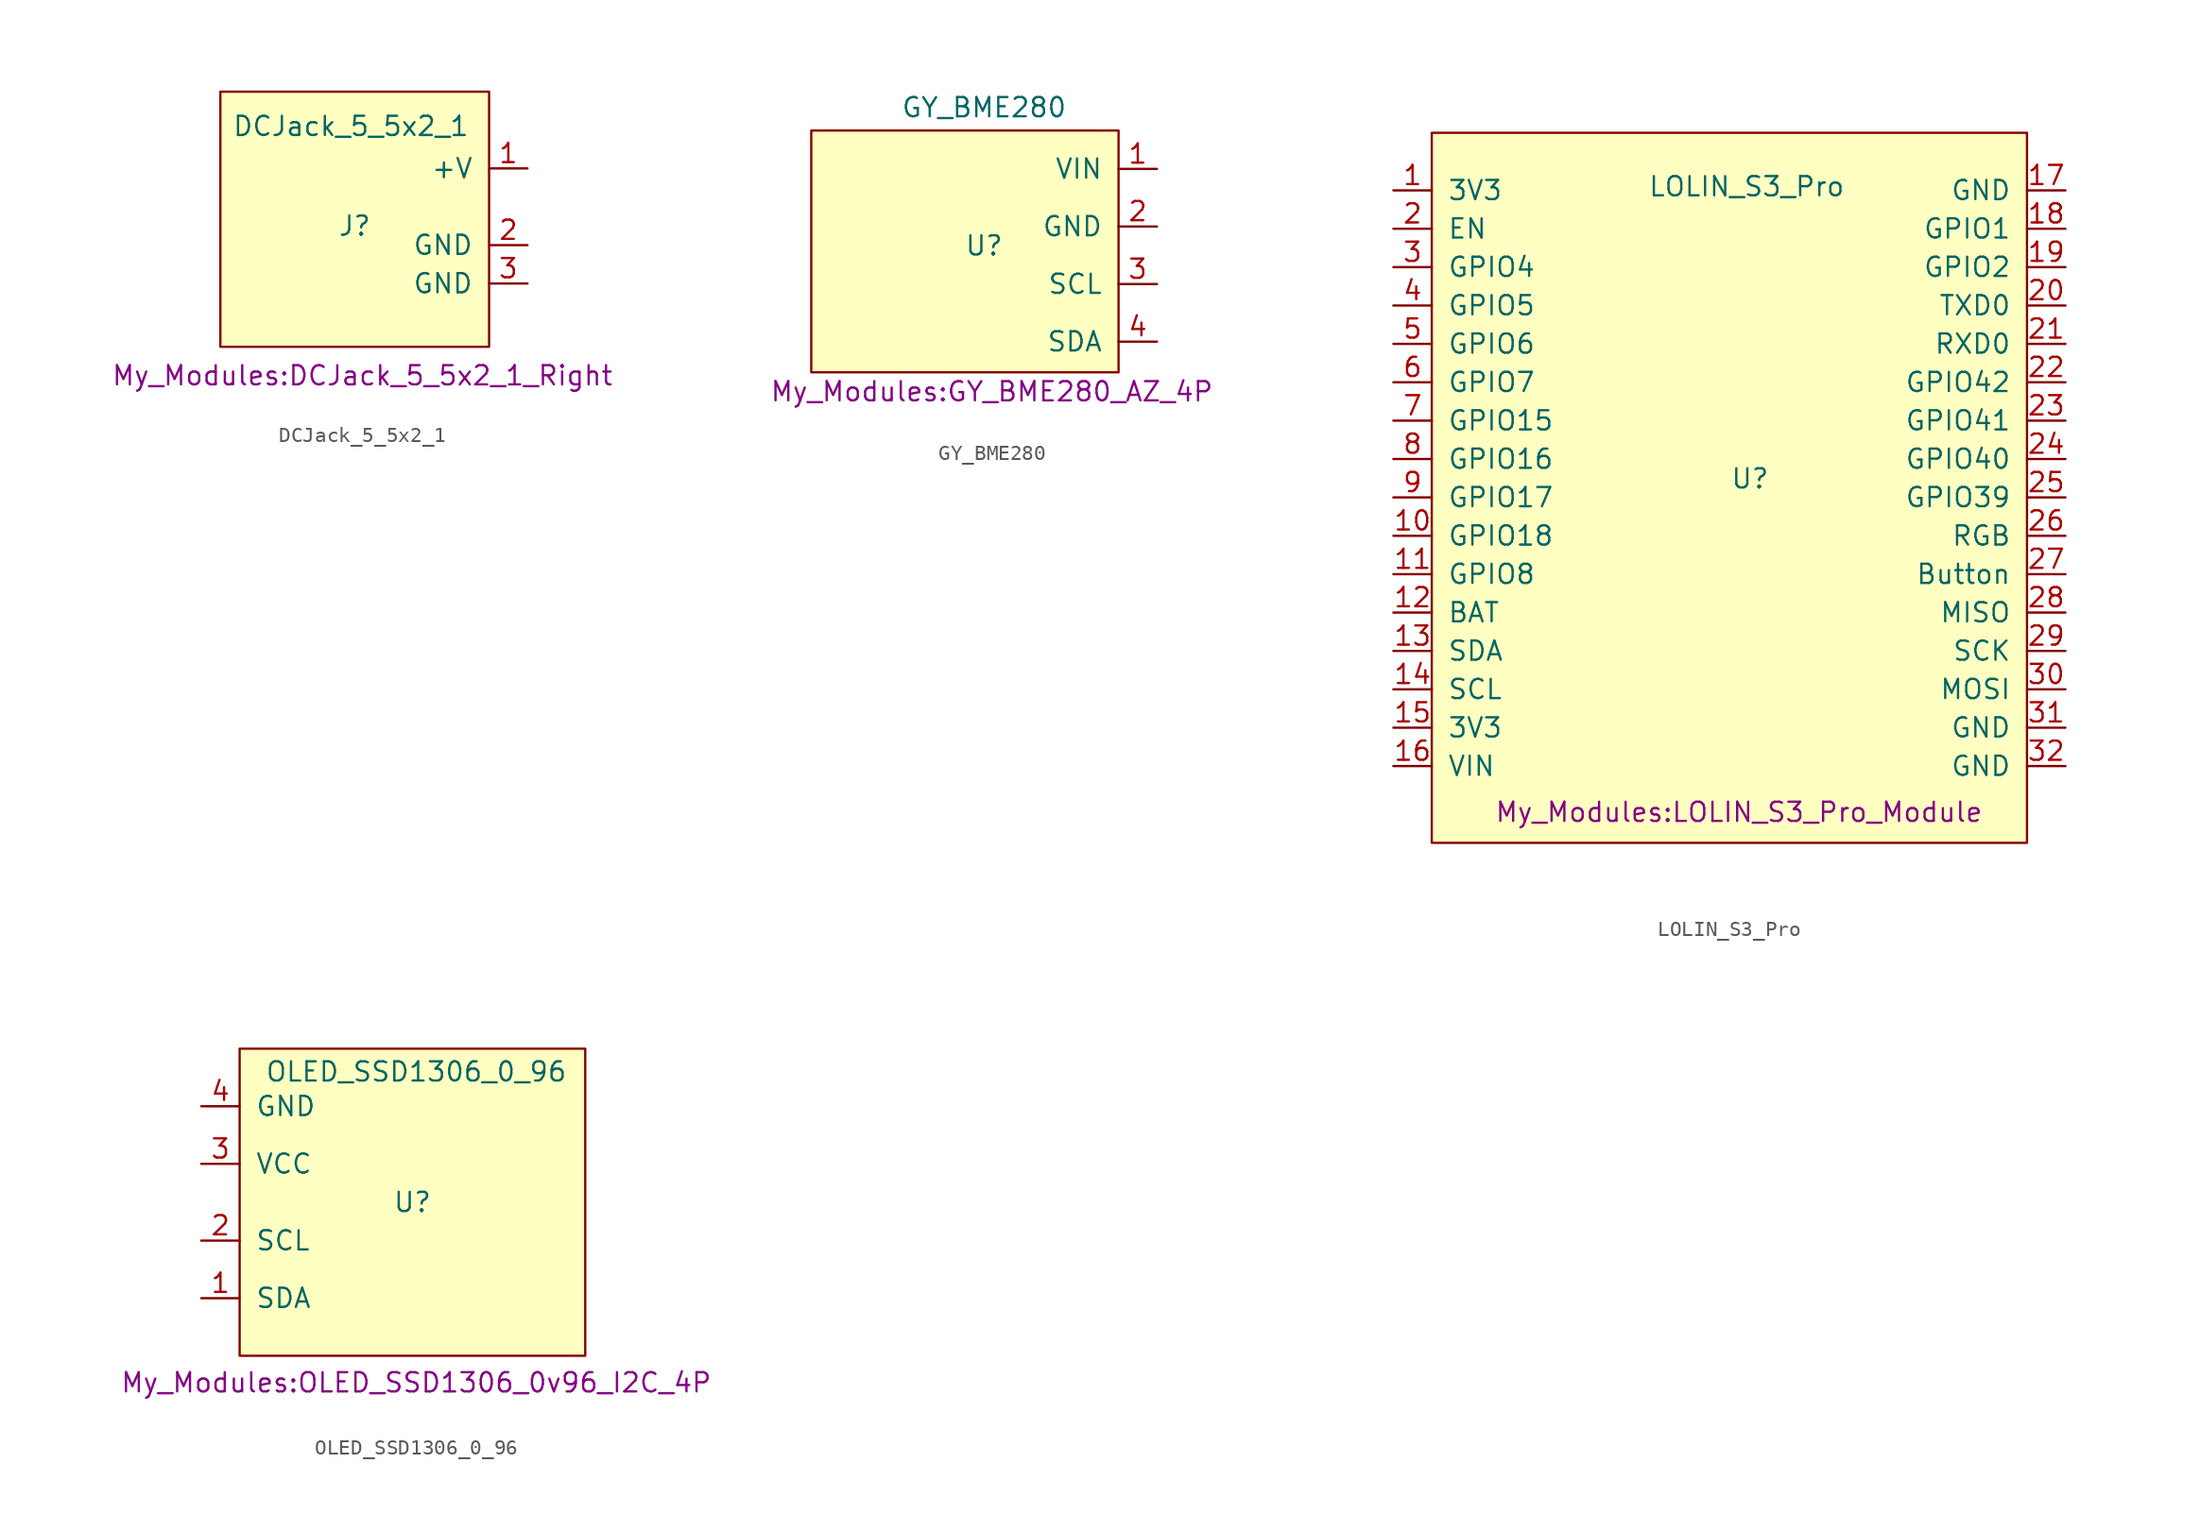
<source format=kicad_sym>
(kicad_symbol_lib
  (version 20241209)
  (generator "kicad_symbol_editor")
  (generator_version "9.0")
  (symbol "DCJack_5_5x2_1"
    (pin_names
      (offset 1.016))
    (property "Reference" "J"
      (at 0 0 0)
      (effects (font (size 1.27 1.27))))
    (property "Value" "DCJack_5_5x2_1"
      (at -0.254 6.604 0)
      (effects (font (size 1.27 1.27))))
    (property "Footprint" "My_Modules:DCJack_5_5x2_1_Right"
      (at 0.508 -9.906 0)
      (effects (font (size 1.27 1.27))))
    (symbol "DCJack_5_5x2_1_1_1"
      (rectangle (start -8.89 8.89) (end 8.89 -8) (stroke (width 0.15) (type default)) (fill (type background)))
      (pin power_out line (at 11.43 3.81 180) (length 2.54) (name "+V" (effects (font (size 1.27 1.27)))) (number "1" (effects (font (size 1.27 1.27)))))
      (pin power_out line (at 11.43 -1.27 180) (length 2.54) (name "GND" (effects (font (size 1.27 1.27)))) (number "2" (effects (font (size 1.27 1.27)))))
      (pin power_out line (at 11.43 -3.81 180) (length 2.54) (name "GND" (effects (font (size 1.27 1.27)))) (number "3" (effects (font (size 1.27 1.27)))))))
  (symbol "GY_BME280"
    (pin_names
      (offset 1.016))
    (property "Reference" "U"
      (at 0 0 0)
      (effects (font (size 1.27 1.27))))
    (property "Value" "GY_BME280"
      (at 0 9.144 0)
      (effects (font (size 1.27 1.27))))
    (property "Footprint" "My_Modules:GY_BME280_AZ_4P"
      (at 0.508 -9.652 0)
      (effects (font (size 1.27 1.27))))
    (symbol "GY_BME280_1_1"
      (rectangle (start -11.43 7.62) (end 8.89 -8.38) (stroke (width 0.15) (type default)) (fill (type background)))
      (pin power_in line (at 11.43 5.08 180) (length 2.54) (name "VIN" (effects (font (size 1.27 1.27)))) (number "1" (effects (font (size 1.27 1.27)))))
      (pin power_in line (at 11.43 1.27 180) (length 2.54) (name "GND" (effects (font (size 1.27 1.27)))) (number "2" (effects (font (size 1.27 1.27)))))
      (pin input line (at 11.43 -2.54 180) (length 2.54) (name "SCL" (effects (font (size 1.27 1.27)))) (number "3" (effects (font (size 1.27 1.27)))))
      (pin bidirectional line (at 11.43 -6.35 180) (length 2.54) (name "SDA" (effects (font (size 1.27 1.27)))) (number "4" (effects (font (size 1.27 1.27)))))))
  (symbol "LOLIN_S3_Pro"
    (pin_names
      (offset 1.016))
    (property "Reference" "U"
      (at 0.73 3.78 0)
      (effects (font (size 1.27 1.27))))
    (property "Value" "LOLIN_S3_Pro"
      (at 0.508 23.114 0)
      (effects (font (size 1.27 1.27))))
    (property "Footprint" "My_Modules:LOLIN_S3_Pro_Module"
      (at 0 -18.288 0)
      (effects (font (size 1.27 1.27))))
    (symbol "LOLIN_S3_Pro_1_1"
      (rectangle (start -20.32 26.67) (end 19.05 -20.32) (stroke (width 0.15) (type default)) (fill (type background)))
      (pin power_out line (at -22.86 22.86 0) (length 2.54) (name "3V3" (effects (font (size 1.27 1.27)))) (number "1" (effects (font (size 1.27 1.27)))))
      (pin input line (at -22.86 20.32 0) (length 2.54) (name "EN" (effects (font (size 1.27 1.27)))) (number "2" (effects (font (size 1.27 1.27)))))
      (pin bidirectional line (at -22.86 17.78 0) (length 2.54) (name "GPIO4" (effects (font (size 1.27 1.27)))) (number "3" (effects (font (size 1.27 1.27)))))
      (pin bidirectional line (at -22.86 15.24 0) (length 2.54) (name "GPIO5" (effects (font (size 1.27 1.27)))) (number "4" (effects (font (size 1.27 1.27)))))
      (pin bidirectional line (at -22.86 12.7 0) (length 2.54) (name "GPIO6" (effects (font (size 1.27 1.27)))) (number "5" (effects (font (size 1.27 1.27)))))
      (pin bidirectional line (at -22.86 10.16 0) (length 2.54) (name "GPIO7" (effects (font (size 1.27 1.27)))) (number "6" (effects (font (size 1.27 1.27)))))
      (pin bidirectional line (at -22.86 7.62 0) (length 2.54) (name "GPIO15" (effects (font (size 1.27 1.27)))) (number "7" (effects (font (size 1.27 1.27)))))
      (pin bidirectional line (at -22.86 5.08 0) (length 2.54) (name "GPIO16" (effects (font (size 1.27 1.27)))) (number "8" (effects (font (size 1.27 1.27)))))
      (pin bidirectional line (at -22.86 2.54 0) (length 2.54) (name "GPIO17" (effects (font (size 1.27 1.27)))) (number "9" (effects (font (size 1.27 1.27)))))
      (pin bidirectional line (at -22.86 0 0) (length 2.54) (name "GPIO18" (effects (font (size 1.27 1.27)))) (number "10" (effects (font (size 1.27 1.27)))))
      (pin bidirectional line (at -22.86 -2.54 0) (length 2.54) (name "GPIO8" (effects (font (size 1.27 1.27)))) (number "11" (effects (font (size 1.27 1.27)))))
      (pin bidirectional line (at -22.86 -5.08 0) (length 2.54) (name "BAT" (effects (font (size 1.27 1.27)))) (number "12" (effects (font (size 1.27 1.27)))))
      (pin bidirectional line (at -22.86 -7.62 0) (length 2.54) (name "SDA" (effects (font (size 1.27 1.27)))) (number "13" (effects (font (size 1.27 1.27)))))
      (pin bidirectional line (at -22.86 -10.16 0) (length 2.54) (name "SCL" (effects (font (size 1.27 1.27)))) (number "14" (effects (font (size 1.27 1.27)))))
      (pin power_out line (at -22.86 -12.7 0) (length 2.54) (name "3V3" (effects (font (size 1.27 1.27)))) (number "15" (effects (font (size 1.27 1.27)))))
      (pin power_in line (at -22.86 -15.24 0) (length 2.54) (name "VIN" (effects (font (size 1.27 1.27)))) (number "16" (effects (font (size 1.27 1.27)))))
      (pin power_in line (at 21.59 22.86 180) (length 2.54) (name "GND" (effects (font (size 1.27 1.27)))) (number "17" (effects (font (size 1.27 1.27)))))
      (pin bidirectional line (at 21.59 20.32 180) (length 2.54) (name "GPIO1" (effects (font (size 1.27 1.27)))) (number "18" (effects (font (size 1.27 1.27)))))
      (pin bidirectional line (at 21.59 17.78 180) (length 2.54) (name "GPIO2" (effects (font (size 1.27 1.27)))) (number "19" (effects (font (size 1.27 1.27)))))
      (pin output line (at 21.59 15.24 180) (length 2.54) (name "TXD0" (effects (font (size 1.27 1.27)))) (number "20" (effects (font (size 1.27 1.27)))))
      (pin input line (at 21.59 12.7 180) (length 2.54) (name "RXD0" (effects (font (size 1.27 1.27)))) (number "21" (effects (font (size 1.27 1.27)))))
      (pin bidirectional line (at 21.59 10.16 180) (length 2.54) (name "GPIO42" (effects (font (size 1.27 1.27)))) (number "22" (effects (font (size 1.27 1.27)))))
      (pin bidirectional line (at 21.59 7.62 180) (length 2.54) (name "GPIO41" (effects (font (size 1.27 1.27)))) (number "23" (effects (font (size 1.27 1.27)))))
      (pin bidirectional line (at 21.59 5.08 180) (length 2.54) (name "GPIO40" (effects (font (size 1.27 1.27)))) (number "24" (effects (font (size 1.27 1.27)))))
      (pin bidirectional line (at 21.59 2.54 180) (length 2.54) (name "GPIO39" (effects (font (size 1.27 1.27)))) (number "25" (effects (font (size 1.27 1.27)))))
      (pin bidirectional line (at 21.59 0 180) (length 2.54) (name "RGB" (effects (font (size 1.27 1.27)))) (number "26" (effects (font (size 1.27 1.27)))))
      (pin bidirectional line (at 21.59 -2.54 180) (length 2.54) (name "Button" (effects (font (size 1.27 1.27)))) (number "27" (effects (font (size 1.27 1.27)))))
      (pin bidirectional line (at 21.59 -5.08 180) (length 2.54) (name "MISO" (effects (font (size 1.27 1.27)))) (number "28" (effects (font (size 1.27 1.27)))))
      (pin bidirectional line (at 21.59 -7.62 180) (length 2.54) (name "SCK" (effects (font (size 1.27 1.27)))) (number "29" (effects (font (size 1.27 1.27)))))
      (pin bidirectional line (at 21.59 -10.16 180) (length 2.54) (name "MOSI" (effects (font (size 1.27 1.27)))) (number "30" (effects (font (size 1.27 1.27)))))
      (pin power_in line (at 21.59 -12.7 180) (length 2.54) (name "GND" (effects (font (size 1.27 1.27)))) (number "31" (effects (font (size 1.27 1.27)))))
      (pin power_in line (at 21.59 -15.24 180) (length 2.54) (name "GND" (effects (font (size 1.27 1.27)))) (number "32" (effects (font (size 1.27 1.27)))))))
  (symbol "OLED_SSD1306_0_96"
    (pin_names
      (offset 1.016))
    (property "Reference" "U"
      (at 0 0 0)
      (effects (font (size 1.27 1.27))))
    (property "Value" "OLED_SSD1306_0_96"
      (at 0.254 8.636 0)
      (effects (font (size 1.27 1.27))))
    (property "Footprint" "My_Modules:OLED_SSD1306_0v96_I2C_4P"
      (at 0.254 -11.938 0)
      (effects (font (size 1.27 1.27))))
    (symbol "OLED_SSD1306_0_96_1_1"
      (rectangle (start -11.43 10.16) (end 11.43 -10.16) (stroke (width 0.15) (type default)) (fill (type background)))
      (pin power_in line (at -13.97 6.35 0) (length 2.54) (name "GND" (effects (font (size 1.27 1.27)))) (number "4" (effects (font (size 1.27 1.27)))))
      (pin power_in line (at -13.97 2.54 0) (length 2.54) (name "VCC" (effects (font (size 1.27 1.27)))) (number "3" (effects (font (size 1.27 1.27)))))
      (pin input line (at -13.97 -2.54 0) (length 2.54) (name "SCL" (effects (font (size 1.27 1.27)))) (number "2" (effects (font (size 1.27 1.27)))))
      (pin bidirectional line (at -13.97 -6.35 0) (length 2.54) (name "SDA" (effects (font (size 1.27 1.27)))) (number "1" (effects (font (size 1.27 1.27))))))))
</source>
